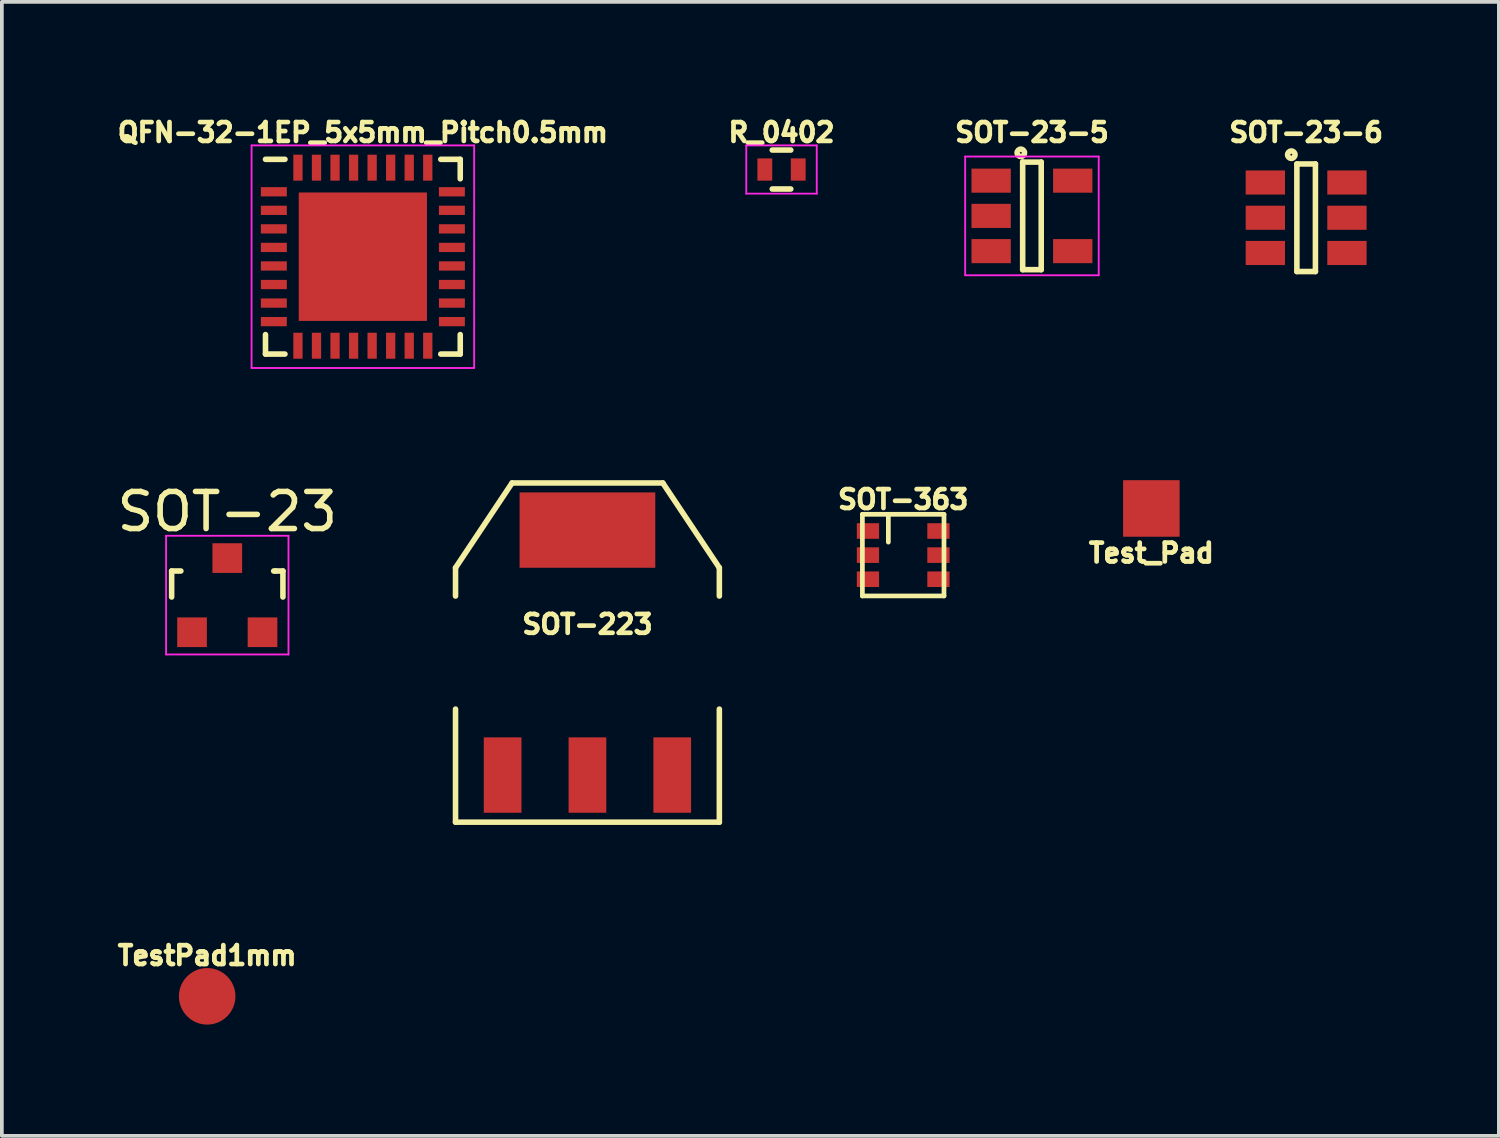
<source format=kicad_pcb>
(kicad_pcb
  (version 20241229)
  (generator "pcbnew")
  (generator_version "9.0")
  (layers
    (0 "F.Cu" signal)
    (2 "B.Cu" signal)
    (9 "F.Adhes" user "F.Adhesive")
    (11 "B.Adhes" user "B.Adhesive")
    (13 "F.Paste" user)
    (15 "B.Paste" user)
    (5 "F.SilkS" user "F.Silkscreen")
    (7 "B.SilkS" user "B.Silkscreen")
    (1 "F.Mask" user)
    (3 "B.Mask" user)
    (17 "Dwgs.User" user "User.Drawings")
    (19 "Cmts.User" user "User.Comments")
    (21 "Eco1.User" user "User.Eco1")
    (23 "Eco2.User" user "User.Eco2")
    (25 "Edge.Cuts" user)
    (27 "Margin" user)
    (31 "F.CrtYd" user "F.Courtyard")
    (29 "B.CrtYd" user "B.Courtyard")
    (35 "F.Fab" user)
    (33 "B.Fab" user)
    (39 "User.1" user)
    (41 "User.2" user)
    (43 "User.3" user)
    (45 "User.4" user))
  (footprint "SOT-23-5"
    (layer "F.Cu")
    (at 24.769 2.77)
    (property "Reference" "SOT-23-5" (at 0 -2.25 0) (layer "F.SilkS") (effects (font (size 0.508 0.508) (thickness 0.127))))
    (attr smd)
    (fp_line (start -0.25 -1.45) (end -0.25 1.45) (stroke (width 0.15) (type solid)) (layer "F.SilkS"))
    (fp_line (start -0.25 1.45) (end 0.25 1.45) (stroke (width 0.15) (type solid)) (layer "F.SilkS"))
    (fp_line (start 0.25 -1.45) (end -0.25 -1.45) (stroke (width 0.15) (type solid)) (layer "F.SilkS"))
    (fp_line (start 0.25 1.45) (end 0.25 -1.45) (stroke (width 0.15) (type solid)) (layer "F.SilkS"))
    (fp_circle (center -0.3 -1.7) (end -0.2 -1.7) (stroke (width 0.15) (type solid)) (fill no) (layer "F.SilkS"))
    (fp_line (start -1.8 -1.6) (end 1.8 -1.6) (stroke (width 0.05) (type solid)) (layer "F.CrtYd"))
    (fp_line (start -1.8 1.6) (end -1.8 -1.6) (stroke (width 0.05) (type solid)) (layer "F.CrtYd"))
    (fp_line (start 1.8 -1.6) (end 1.8 1.6) (stroke (width 0.05) (type solid)) (layer "F.CrtYd"))
    (fp_line (start 1.8 1.6) (end -1.8 1.6) (stroke (width 0.05) (type solid)) (layer "F.CrtYd"))
    (pad "1" smd rect (at -1.1 -0.95) (size 1.06 0.65) (layers "F.Cu" "F.Mask" "F.Paste"))
    (pad "2" smd rect (at -1.1 0) (size 1.06 0.65) (layers "F.Cu" "F.Mask" "F.Paste"))
    (pad "3" smd rect (at -1.1 0.95) (size 1.06 0.65) (layers "F.Cu" "F.Mask" "F.Paste"))
    (pad "4" smd rect (at 1.1 0.95) (size 1.06 0.65) (layers "F.Cu" "F.Mask" "F.Paste"))
    (pad "5" smd rect (at 1.1 -0.95) (size 1.06 0.65) (layers "F.Cu" "F.Mask" "F.Paste")))
  (footprint "SOT-363"
    (layer "F.Cu")
    (at 21.298 11.915)
    (property "Reference" "SOT-363" (at 0 -1.5 0) (layer "F.SilkS") (effects (font (size 0.508 0.508) (thickness 0.127))))
    (attr through_hole)
    (fp_line (start -1.1 -1.1) (end 1.1 -1.1) (stroke (width 0.127) (type solid)) (layer "F.SilkS"))
    (fp_line (start -1.1 1.1) (end -1.1 -1.1) (stroke (width 0.127) (type solid)) (layer "F.SilkS"))
    (fp_line (start -1.1 1.1) (end 1.1 1.1) (stroke (width 0.127) (type solid)) (layer "F.SilkS"))
    (fp_line (start -0.4 -1.1) (end -0.4 -0.35) (stroke (width 0.127) (type solid)) (layer "F.SilkS"))
    (fp_line (start 1.1 1.1) (end 1.1 -1.1) (stroke (width 0.127) (type solid)) (layer "F.SilkS"))
    (pad "1" smd rect (at -0.95 -0.65) (size 0.6 0.42) (layers "F.Cu" "F.Mask" "F.Paste"))
    (pad "2" smd rect (at -0.95 0) (size 0.6 0.42) (layers "F.Cu" "F.Mask" "F.Paste"))
    (pad "3" smd rect (at -0.95 0.65) (size 0.6 0.42) (layers "F.Cu" "F.Mask" "F.Paste"))
    (pad "4" smd rect (at 0.95 0.65) (size 0.6 0.42) (layers "F.Cu" "F.Mask" "F.Paste"))
    (pad "5" smd rect (at 0.95 0) (size 0.6 0.42) (layers "F.Cu" "F.Mask" "F.Paste"))
    (pad "6" smd rect (at 0.95 -0.65) (size 0.6 0.42) (layers "F.Cu" "F.Mask" "F.Paste")))
  (footprint "SOT-223"
    (layer "F.Cu")
    (at 12.786 14.542)
    (property "Reference" "SOT-223" (at 0 -0.762 0) (layer "F.SilkS") (effects (font (size 0.508 0.508) (thickness 0.127))))
    (attr smd)
    (fp_line (start -3.556 -2.286) (end -2.032 -4.572) (stroke (width 0.15) (type solid)) (layer "F.SilkS"))
    (fp_line (start -3.556 -1.524) (end -3.556 -2.286) (stroke (width 0.15) (type solid)) (layer "F.SilkS"))
    (fp_line (start -3.556 1.524) (end -3.556 4.572) (stroke (width 0.15) (type solid)) (layer "F.SilkS"))
    (fp_line (start -3.556 4.572) (end 3.556 4.572) (stroke (width 0.15) (type solid)) (layer "F.SilkS"))
    (fp_line (start -2.032 -4.572) (end 2.032 -4.572) (stroke (width 0.15) (type solid)) (layer "F.SilkS"))
    (fp_line (start 2.032 -4.572) (end 3.556 -2.286) (stroke (width 0.15) (type solid)) (layer "F.SilkS"))
    (fp_line (start 3.556 -2.286) (end 3.556 -1.524) (stroke (width 0.15) (type solid)) (layer "F.SilkS"))
    (fp_line (start 3.556 4.572) (end 3.556 1.524) (stroke (width 0.15) (type solid)) (layer "F.SilkS"))
    (pad "1" smd rect (at -2.286 3.302) (size 1.016 2.032) (layers "F.Cu" "F.Mask" "F.Paste"))
    (pad "2" smd rect (at 0 3.302) (size 1.016 2.032) (layers "F.Cu" "F.Mask" "F.Paste"))
    (pad "3" smd rect (at 2.286 3.302) (size 1.016 2.032) (layers "F.Cu" "F.Mask" "F.Paste"))
    (pad "4" smd rect (at 0 -3.302) (size 3.658 2.032) (layers "F.Cu" "F.Mask" "F.Paste")))
  (footprint "TestPad1mm"
    (layer "F.Cu")
    (at 2.535 23.809)
    (property "Reference" "TestPad1mm" (at 0 -1.1 0) (layer "F.SilkS") (effects (font (size 0.508 0.508) (thickness 0.127))))
    (attr through_hole)
    (pad "1" smd circle (at 0 0) (size 1.524 1.524) (layers "F.Cu" "F.Mask" "F.Paste")))
  (footprint "R_0402"
    (layer "F.Cu")
    (at 18.018 1.52)
    (property "Reference" "R_0402" (at 0 -1 0) (layer "F.SilkS") (effects (font (size 0.508 0.508) (thickness 0.127))))
    (attr smd)
    (fp_line (start -0.25 0.525) (end 0.25 0.525) (stroke (width 0.15) (type solid)) (layer "F.SilkS"))
    (fp_line (start 0.25 -0.525) (end -0.25 -0.525) (stroke (width 0.15) (type solid)) (layer "F.SilkS"))
    (fp_line (start -0.95 -0.65) (end -0.95 0.65) (stroke (width 0.05) (type solid)) (layer "F.CrtYd"))
    (fp_line (start -0.95 -0.65) (end 0.95 -0.65) (stroke (width 0.05) (type solid)) (layer "F.CrtYd"))
    (fp_line (start -0.95 0.65) (end 0.95 0.65) (stroke (width 0.05) (type solid)) (layer "F.CrtYd"))
    (fp_line (start 0.95 -0.65) (end 0.95 0.65) (stroke (width 0.05) (type solid)) (layer "F.CrtYd"))
    (pad "1" smd rect (at -0.45 0) (size 0.4 0.6) (layers "F.Cu" "F.Mask" "F.Paste"))
    (pad "2" smd rect (at 0.45 0) (size 0.4 0.6) (layers "F.Cu" "F.Mask" "F.Paste")))
  (footprint "SOT-23-6"
    (layer "F.Cu")
    (at 32.161 2.82)
    (property "Reference" "SOT-23-6" (at 0 -2.3 0) (layer "F.SilkS") (effects (font (size 0.508 0.508) (thickness 0.127))))
    (attr smd)
    (fp_line (start -0.25 -1.45) (end -0.25 1.45) (stroke (width 0.15) (type solid)) (layer "F.SilkS"))
    (fp_line (start -0.25 1.45) (end 0.25 1.45) (stroke (width 0.15) (type solid)) (layer "F.SilkS"))
    (fp_line (start 0.25 -1.45) (end -0.25 -1.45) (stroke (width 0.15) (type solid)) (layer "F.SilkS"))
    (fp_line (start 0.25 1.45) (end 0.25 -1.45) (stroke (width 0.15) (type solid)) (layer "F.SilkS"))
    (fp_circle (center -0.4 -1.7) (end -0.3 -1.7) (stroke (width 0.15) (type solid)) (fill no) (layer "F.SilkS"))
    (pad "1" smd rect (at -1.1 -0.95) (size 1.06 0.65) (layers "F.Cu" "F.Mask" "F.Paste"))
    (pad "2" smd rect (at -1.1 0) (size 1.06 0.65) (layers "F.Cu" "F.Mask" "F.Paste"))
    (pad "3" smd rect (at -1.1 0.95) (size 1.06 0.65) (layers "F.Cu" "F.Mask" "F.Paste"))
    (pad "4" smd rect (at 1.1 0.95) (size 1.06 0.65) (layers "F.Cu" "F.Mask" "F.Paste"))
    (pad "5" smd rect (at 1.1 0) (size 1.06 0.65) (layers "F.Cu" "F.Mask" "F.Paste"))
    (pad "6" smd rect (at 1.1 -0.95) (size 1.06 0.65) (layers "F.Cu" "F.Mask" "F.Paste")))
  (footprint "QFN-32-1EP_5x5mm_Pitch0.5mm"
    (layer "F.Cu")
    (at 6.732 3.87)
    (property "Reference" "QFN-32-1EP_5x5mm_Pitch0.5mm" (at 0 -3.35 0) (layer "F.SilkS") (effects (font (size 0.508 0.508) (thickness 0.127))))
    (attr smd)
    (fp_line (start -2.625 -2.625) (end -2.1 -2.625) (stroke (width 0.15) (type solid)) (layer "F.SilkS"))
    (fp_line (start -2.625 2.625) (end -2.625 2.1) (stroke (width 0.15) (type solid)) (layer "F.SilkS"))
    (fp_line (start -2.625 2.625) (end -2.1 2.625) (stroke (width 0.15) (type solid)) (layer "F.SilkS"))
    (fp_line (start 2.625 -2.625) (end 2.1 -2.625) (stroke (width 0.15) (type solid)) (layer "F.SilkS"))
    (fp_line (start 2.625 -2.625) (end 2.625 -2.1) (stroke (width 0.15) (type solid)) (layer "F.SilkS"))
    (fp_line (start 2.625 2.625) (end 2.1 2.625) (stroke (width 0.15) (type solid)) (layer "F.SilkS"))
    (fp_line (start 2.625 2.625) (end 2.625 2.1) (stroke (width 0.15) (type solid)) (layer "F.SilkS"))
    (fp_line (start -3 -3) (end -3 3) (stroke (width 0.05) (type solid)) (layer "F.CrtYd"))
    (fp_line (start -3 -3) (end 3 -3) (stroke (width 0.05) (type solid)) (layer "F.CrtYd"))
    (fp_line (start -3 3) (end 3 3) (stroke (width 0.05) (type solid)) (layer "F.CrtYd"))
    (fp_line (start 3 -3) (end 3 3) (stroke (width 0.05) (type solid)) (layer "F.CrtYd"))
    (pad "1" smd rect (at -2.4 -1.75) (size 0.7 0.25) (layers "F.Cu" "F.Mask" "F.Paste"))
    (pad "2" smd rect (at -2.4 -1.25) (size 0.7 0.25) (layers "F.Cu" "F.Mask" "F.Paste"))
    (pad "3" smd rect (at -2.4 -0.75) (size 0.7 0.25) (layers "F.Cu" "F.Mask" "F.Paste"))
    (pad "4" smd rect (at -2.4 -0.25) (size 0.7 0.25) (layers "F.Cu" "F.Mask" "F.Paste"))
    (pad "5" smd rect (at -2.4 0.25) (size 0.7 0.25) (layers "F.Cu" "F.Mask" "F.Paste"))
    (pad "6" smd rect (at -2.4 0.75) (size 0.7 0.25) (layers "F.Cu" "F.Mask" "F.Paste"))
    (pad "7" smd rect (at -2.4 1.25) (size 0.7 0.25) (layers "F.Cu" "F.Mask" "F.Paste"))
    (pad "8" smd rect (at -2.4 1.75) (size 0.7 0.25) (layers "F.Cu" "F.Mask" "F.Paste"))
    (pad "9" smd rect (at -1.75 2.4 90) (size 0.7 0.25) (layers "F.Cu" "F.Mask" "F.Paste"))
    (pad "10" smd rect (at -1.25 2.4 90) (size 0.7 0.25) (layers "F.Cu" "F.Mask" "F.Paste"))
    (pad "11" smd rect (at -0.75 2.4 90) (size 0.7 0.25) (layers "F.Cu" "F.Mask" "F.Paste"))
    (pad "12" smd rect (at -0.25 2.4 90) (size 0.7 0.25) (layers "F.Cu" "F.Mask" "F.Paste"))
    (pad "13" smd rect (at 0.25 2.4 90) (size 0.7 0.25) (layers "F.Cu" "F.Mask" "F.Paste"))
    (pad "14" smd rect (at 0.75 2.4 90) (size 0.7 0.25) (layers "F.Cu" "F.Mask" "F.Paste"))
    (pad "15" smd rect (at 1.25 2.4 90) (size 0.7 0.25) (layers "F.Cu" "F.Mask" "F.Paste"))
    (pad "16" smd rect (at 1.75 2.4 90) (size 0.7 0.25) (layers "F.Cu" "F.Mask" "F.Paste"))
    (pad "17" smd rect (at 2.4 1.75) (size 0.7 0.25) (layers "F.Cu" "F.Mask" "F.Paste"))
    (pad "18" smd rect (at 2.4 1.25) (size 0.7 0.25) (layers "F.Cu" "F.Mask" "F.Paste"))
    (pad "19" smd rect (at 2.4 0.75) (size 0.7 0.25) (layers "F.Cu" "F.Mask" "F.Paste"))
    (pad "20" smd rect (at 2.4 0.25) (size 0.7 0.25) (layers "F.Cu" "F.Mask" "F.Paste"))
    (pad "21" smd rect (at 2.4 -0.25) (size 0.7 0.25) (layers "F.Cu" "F.Mask" "F.Paste"))
    (pad "22" smd rect (at 2.4 -0.75) (size 0.7 0.25) (layers "F.Cu" "F.Mask" "F.Paste"))
    (pad "23" smd rect (at 2.4 -1.25) (size 0.7 0.25) (layers "F.Cu" "F.Mask" "F.Paste"))
    (pad "24" smd rect (at 2.4 -1.75) (size 0.7 0.25) (layers "F.Cu" "F.Mask" "F.Paste"))
    (pad "25" smd rect (at 1.75 -2.4 90) (size 0.7 0.25) (layers "F.Cu" "F.Mask" "F.Paste"))
    (pad "26" smd rect (at 1.25 -2.4 90) (size 0.7 0.25) (layers "F.Cu" "F.Mask" "F.Paste"))
    (pad "27" smd rect (at 0.75 -2.4 90) (size 0.7 0.25) (layers "F.Cu" "F.Mask" "F.Paste"))
    (pad "28" smd rect (at 0.25 -2.4 90) (size 0.7 0.25) (layers "F.Cu" "F.Mask" "F.Paste"))
    (pad "29" smd rect (at -0.25 -2.4 90) (size 0.7 0.25) (layers "F.Cu" "F.Mask" "F.Paste"))
    (pad "30" smd rect (at -0.75 -2.4 90) (size 0.7 0.25) (layers "F.Cu" "F.Mask" "F.Paste"))
    (pad "31" smd rect (at -1.25 -2.4 90) (size 0.7 0.25) (layers "F.Cu" "F.Mask" "F.Paste"))
    (pad "32" smd rect (at -1.75 -2.4 90) (size 0.7 0.25) (layers "F.Cu" "F.Mask" "F.Paste"))
    (pad "33" smd rect (at -0.863 -0.863) (size 1.725 1.725) (layers "F.Cu" "F.Mask" "F.Paste"))
    (pad "33" smd rect (at -0.863 0.863) (size 1.725 1.725) (layers "F.Cu" "F.Mask" "F.Paste"))
    (pad "33" smd rect (at 0 0) (size 3.45 3.45) (layers "F.Cu" "F.Mask"))
    (pad "33" smd rect (at 0.863 -0.863) (size 1.725 1.725) (layers "F.Cu" "F.Mask" "F.Paste"))
    (pad "33" smd rect (at 0.863 0.863) (size 1.725 1.725) (layers "F.Cu" "F.Mask" "F.Paste")))
  (footprint "Test_Pad"
    (layer "F.Cu")
    (at 27.988 10.657)
    (property "Reference" "Test_Pad" (at 0 1.2 0) (layer "F.SilkS") (effects (font (size 0.508 0.508) (thickness 0.127))))
    (attr through_hole)
    (pad "1" smd rect (at 0 0) (size 1.524 1.524) (layers "F.Cu" "F.Mask" "F.Paste")))
  (footprint "SOT-23"
    (layer "F.Cu")
    (at 3.077 12.993)
    (property "Reference" "SOT-23" (at 0 -2.25 0) (layer "F.SilkS") (effects (font (size 1 1) (thickness 0.15))))
    (attr smd)
    (fp_line (start -1.5 -0.65) (end -1.251 -0.65) (stroke (width 0.15) (type solid)) (layer "F.SilkS"))
    (fp_line (start -1.5 0.051) (end -1.5 -0.65) (stroke (width 0.15) (type solid)) (layer "F.SilkS"))
    (fp_line (start 1.299 -0.65) (end 1.251 -0.65) (stroke (width 0.15) (type solid)) (layer "F.SilkS"))
    (fp_line (start 1.299 -0.65) (end 1.5 -0.65) (stroke (width 0.15) (type solid)) (layer "F.SilkS"))
    (fp_line (start 1.5 -0.65) (end 1.5 0.051) (stroke (width 0.15) (type solid)) (layer "F.SilkS"))
    (fp_line (start -1.65 -1.6) (end 1.65 -1.6) (stroke (width 0.05) (type solid)) (layer "F.CrtYd"))
    (fp_line (start -1.65 1.6) (end -1.65 -1.6) (stroke (width 0.05) (type solid)) (layer "F.CrtYd"))
    (fp_line (start 1.65 -1.6) (end 1.65 1.6) (stroke (width 0.05) (type solid)) (layer "F.CrtYd"))
    (fp_line (start 1.65 1.6) (end -1.65 1.6) (stroke (width 0.05) (type solid)) (layer "F.CrtYd"))
    (pad "1" smd rect (at -0.95 1.001) (size 0.8 0.8) (layers "F.Cu" "F.Mask" "F.Paste"))
    (pad "2" smd rect (at 0.95 1.001) (size 0.8 0.8) (layers "F.Cu" "F.Mask" "F.Paste"))
    (pad "3" smd rect (at 0 -0.998) (size 0.8 0.8) (layers "F.Cu" "F.Mask" "F.Paste")))
  (gr_rect
    (start -3 -3)
    (end 37.356 27.571)
    (stroke (width 0.1) (type default))
    (fill no)
    (layer "Edge.Cuts")))
</source>
